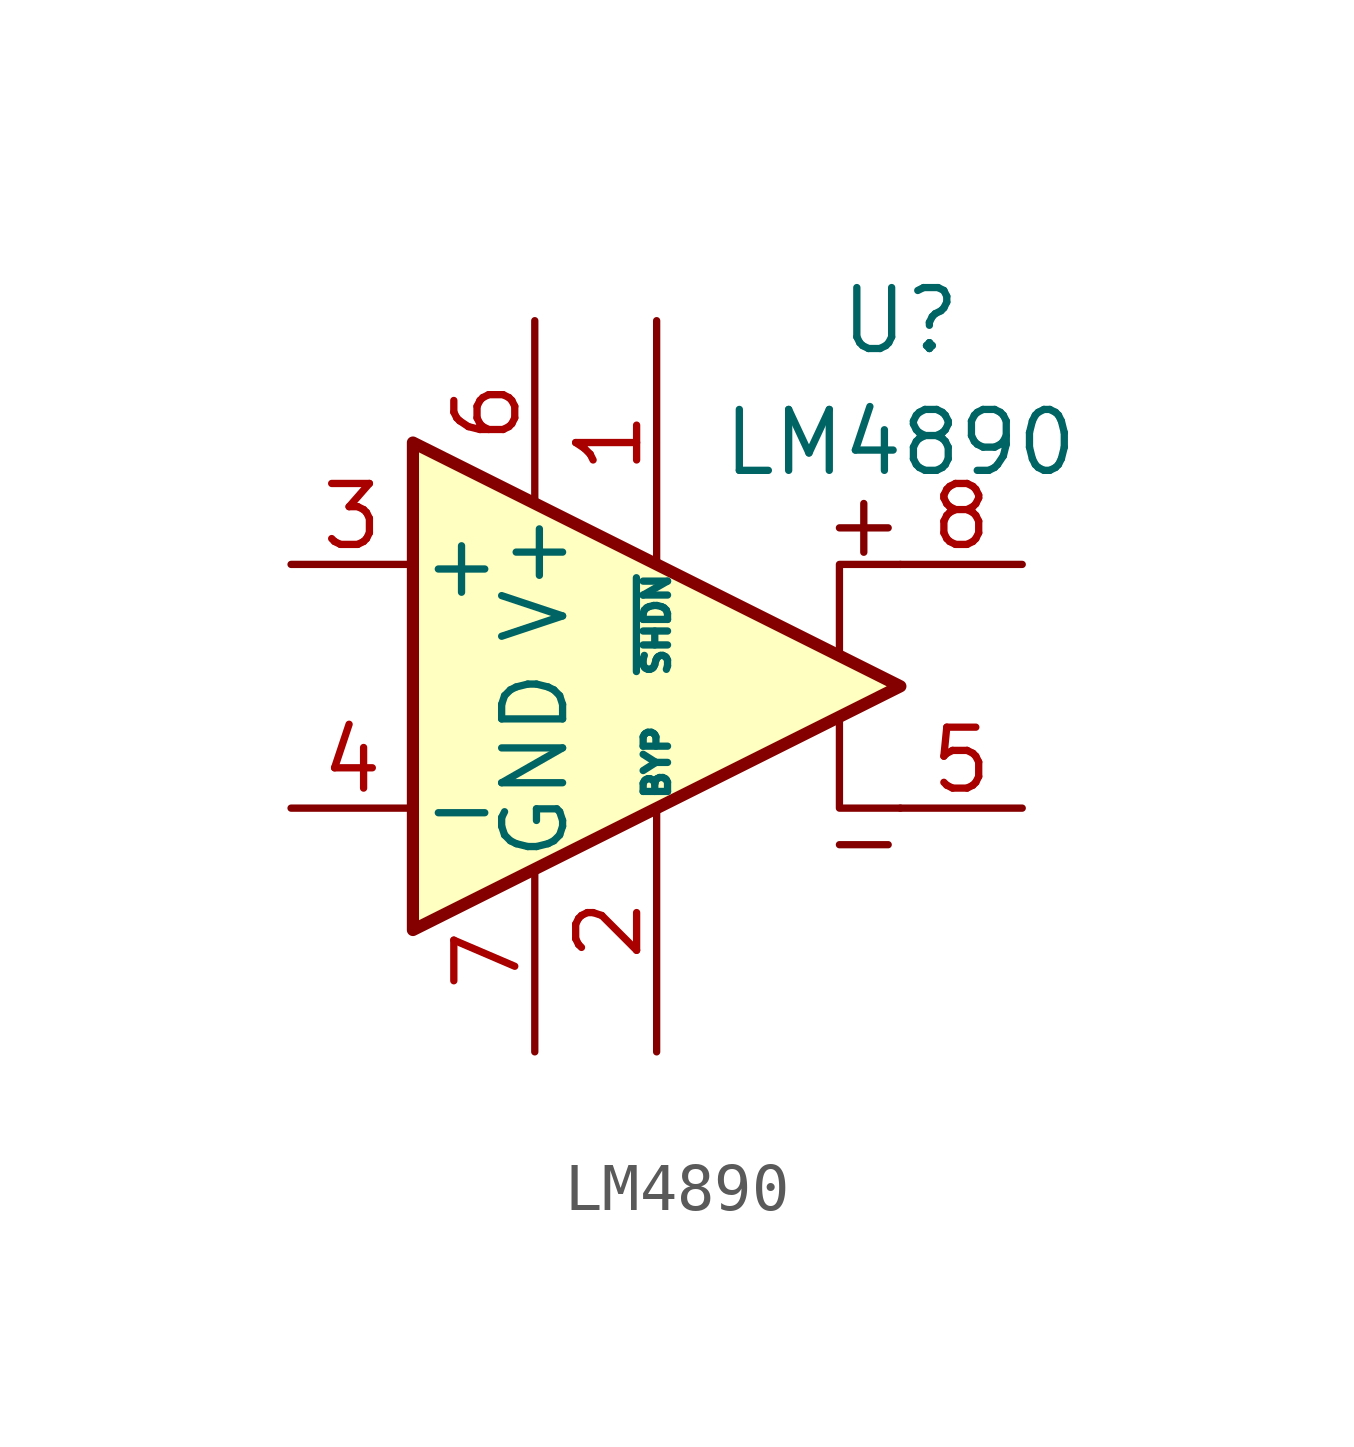
<source format=kicad_sym>
(kicad_symbol_lib
  (version 20241209)
  (generator "kicad_symbol_editor")
  (generator_version "9.0")
  (symbol "LM4890"
    (pin_names
      (offset 0.127))
    (property "Reference" "U"
      (at 5.08 7.62 0)
      (effects (font (size 1.27 1.27))))
    (property "Value" "LM4890"
      (at 5.08 5.08 0)
      (effects (font (size 1.27 1.27))))
    (symbol "LM4890_0_1"
      (polyline (pts (xy -5.08 5.08) (xy 5.08 0) (xy -5.08 -5.08) (xy -5.08 5.08)) (stroke (width 0.254) (type default)) (fill (type background)))
      (polyline (pts (xy 3.81 -0.635) (xy 3.81 -2.54) (xy 5.08 -2.54)) (stroke (width 0) (type default)) (fill (type none)))
      (polyline (pts (xy 5.08 2.54) (xy 3.81 2.54) (xy 3.81 0.635)) (stroke (width 0) (type default)) (fill (type none))))
    (symbol "LM4890_1_1"
      (polyline (pts (xy 3.81 -3.302) (xy 4.826 -3.302)) (stroke (width 0) (type default)) (fill (type none)))
      (polyline (pts (xy 4.318 3.81) (xy 4.318 2.794)) (stroke (width 0) (type default)) (fill (type none)))
      (polyline (pts (xy 4.826 3.302) (xy 3.81 3.302)) (stroke (width 0) (type default)) (fill (type none)))
      (pin input line (at -7.62 2.54 0) (length 2.54) (name "+" (effects (font (size 1.27 1.27)))) (number "3" (effects (font (size 1.27 1.27)))))
      (pin input line (at -7.62 -2.54 0) (length 2.54) (name "-" (effects (font (size 1.27 1.27)))) (number "4" (effects (font (size 1.27 1.27)))))
      (pin power_in line (at -2.54 7.62 270) (length 3.81) (name "V+" (effects (font (size 1.27 1.27)))) (number "6" (effects (font (size 1.27 1.27)))))
      (pin power_in line (at -2.54 -7.62 90) (length 3.81) (name "GND" (effects (font (size 1.27 1.27)))) (number "7" (effects (font (size 1.27 1.27)))))
      (pin input line (at 0 7.62 270) (length 5.08) (name "~{SHDN}" (effects (font (size 0.508 0.508)))) (number "1" (effects (font (size 1.27 1.27)))))
      (pin input line (at 0 -7.62 90) (length 5.08) (name "BYP" (effects (font (size 0.508 0.508)))) (number "2" (effects (font (size 1.27 1.27)))))
      (pin output line (at 7.62 2.54 180) (length 2.54) (name "~" (effects (font (size 1.27 1.27)))) (number "8" (effects (font (size 1.27 1.27)))))
      (pin output line (at 7.62 -2.54 180) (length 2.54) (name "~" (effects (font (size 1.27 1.27)))) (number "5" (effects (font (size 1.27 1.27))))))))
</source>
